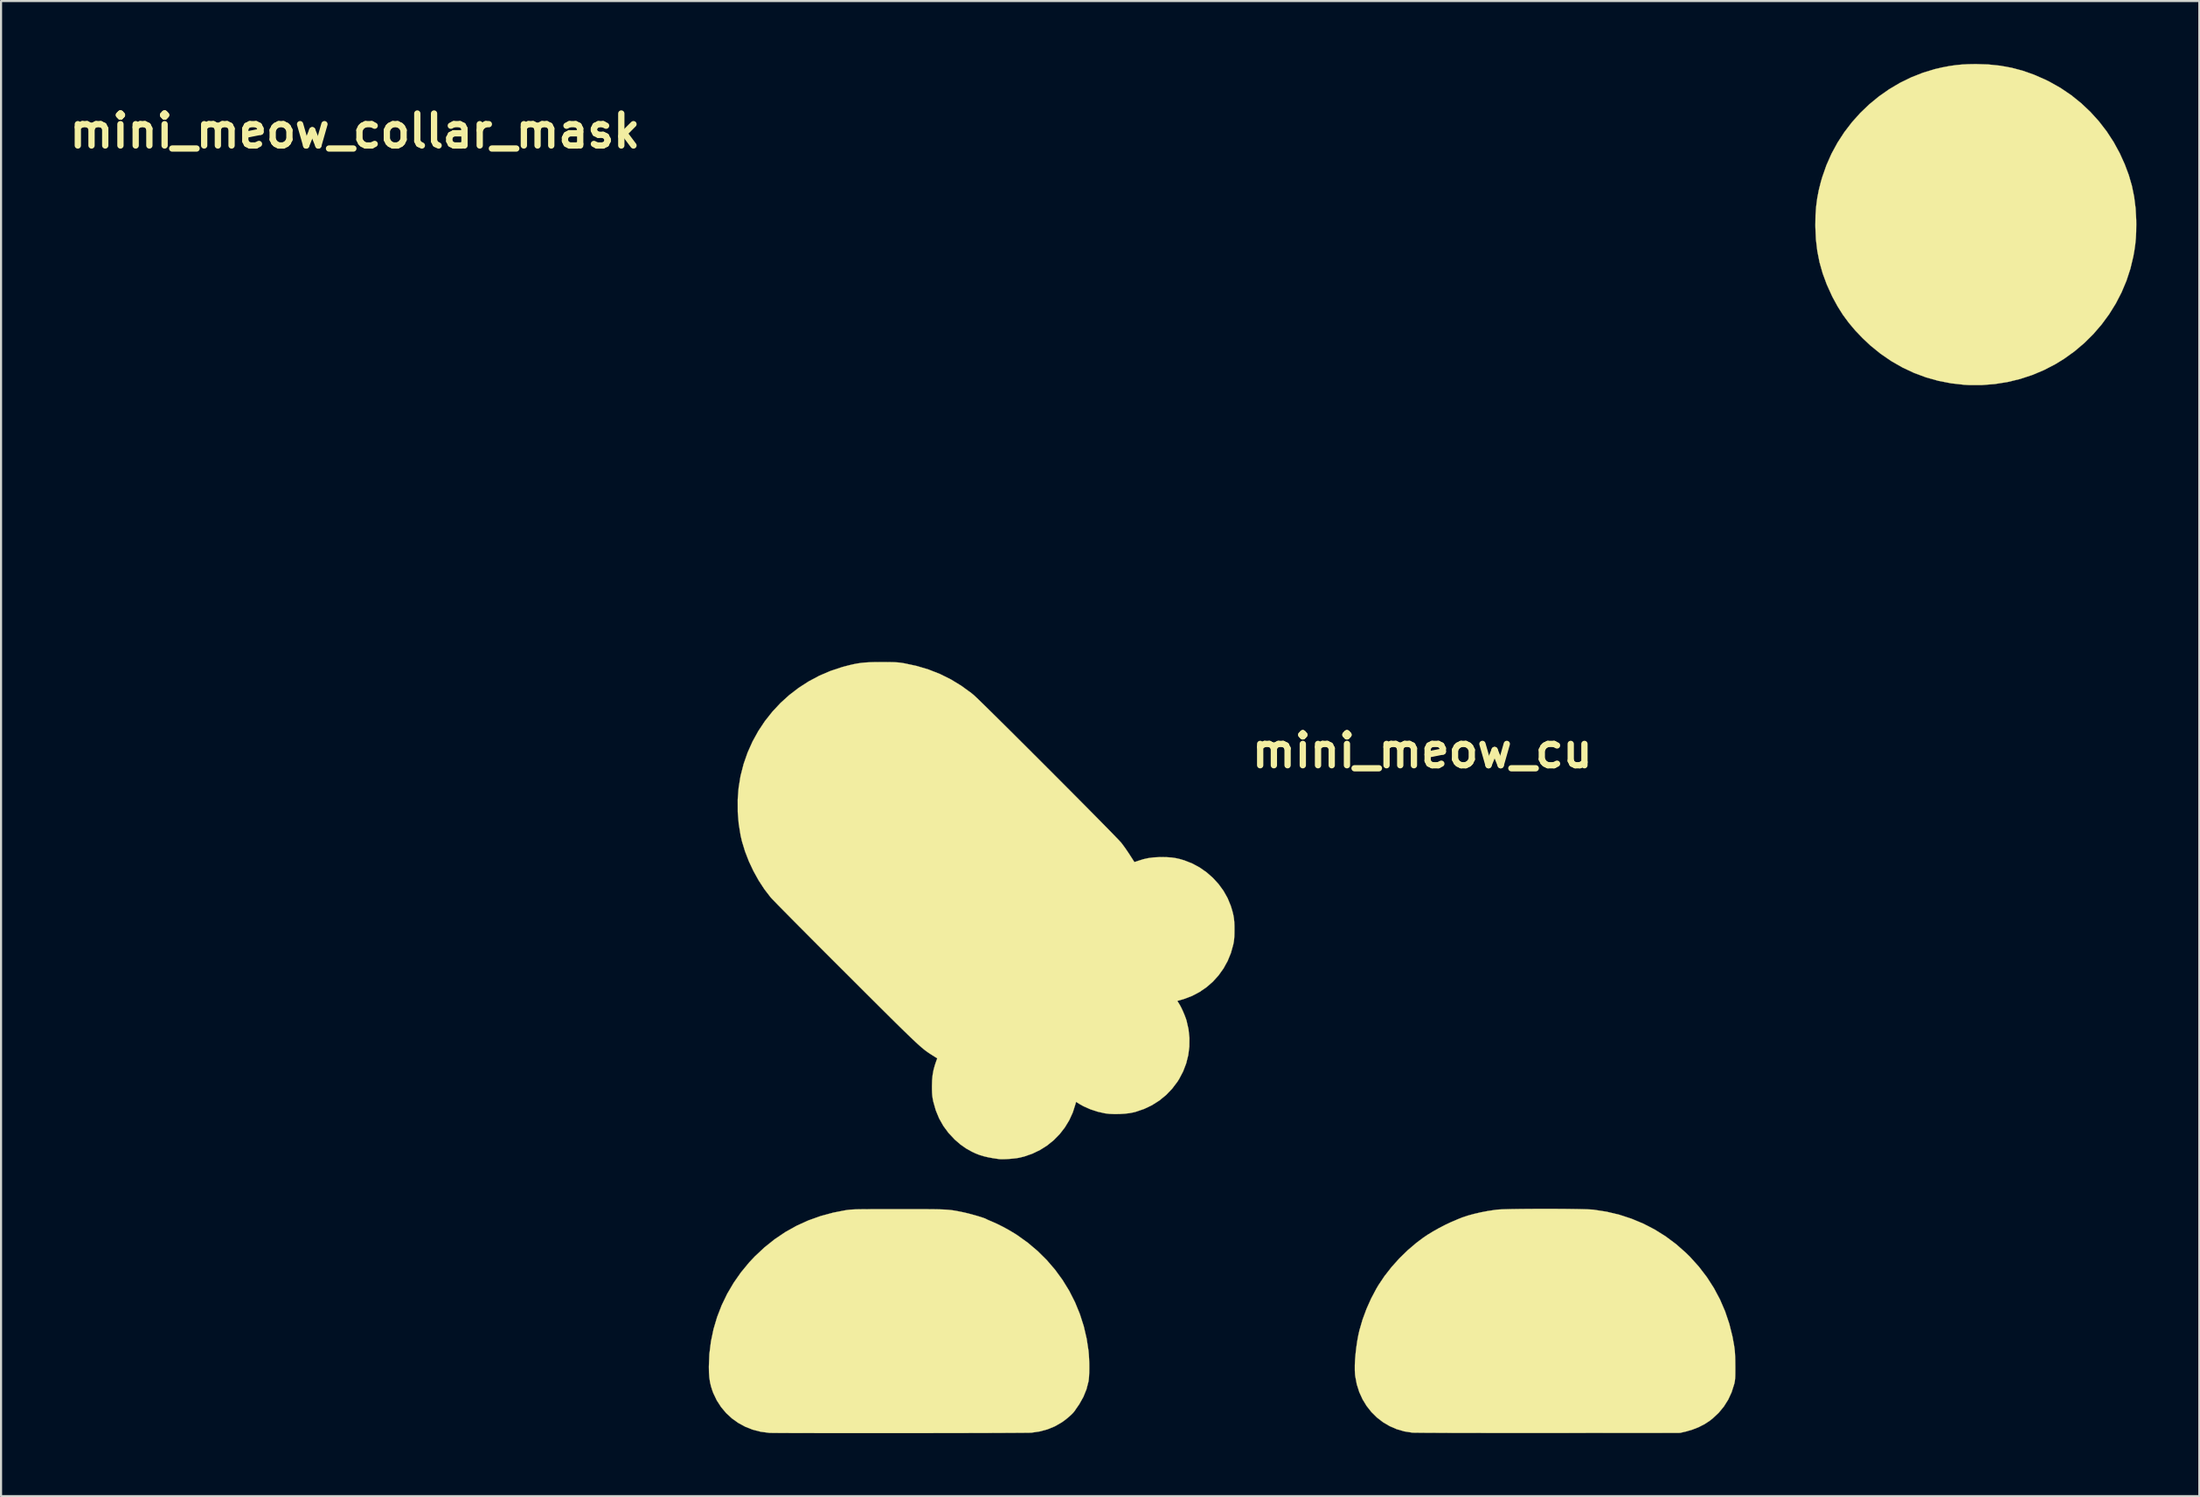
<source format=kicad_pcb>
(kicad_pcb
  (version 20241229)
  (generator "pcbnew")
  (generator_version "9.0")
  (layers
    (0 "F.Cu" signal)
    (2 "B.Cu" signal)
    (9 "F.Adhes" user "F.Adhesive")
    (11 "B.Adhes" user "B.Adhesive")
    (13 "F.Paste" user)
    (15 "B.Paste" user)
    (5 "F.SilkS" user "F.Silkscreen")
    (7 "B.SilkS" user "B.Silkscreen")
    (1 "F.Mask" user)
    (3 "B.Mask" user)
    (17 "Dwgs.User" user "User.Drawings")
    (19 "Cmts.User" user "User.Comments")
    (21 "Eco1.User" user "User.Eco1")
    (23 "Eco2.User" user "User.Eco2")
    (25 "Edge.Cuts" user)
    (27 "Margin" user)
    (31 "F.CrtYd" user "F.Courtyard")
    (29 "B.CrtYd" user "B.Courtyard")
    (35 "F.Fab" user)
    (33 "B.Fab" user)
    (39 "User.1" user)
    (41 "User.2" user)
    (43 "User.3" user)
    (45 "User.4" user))
  (footprint "mini_meow_collar_mask"
    (layer "F.Cu")
    (at 13.868 3.197)
    (property "Reference" "mini_meow_collar_mask" (at 0 0 0) (layer "F.SilkS") (effects (font (size 1.524 1.524) (thickness 0.3))))
    (attr through_hole)
    (fp_poly (pts (xy 0.603 -3.144) (xy 0.914 -3.073) (xy 1.068 -3.022) (xy 1.247 -2.947) (xy 1.439 -2.856) (xy 1.626 -2.756) (xy 1.797 -2.655) (xy 1.919 -2.572) (xy 2.076 -2.444) (xy 2.241 -2.29) (xy 2.402 -2.123) (xy 2.547 -1.956) (xy 2.664 -1.803) (xy 2.674 -1.786) (xy 2.88 -1.432) (xy 3.037 -1.062) (xy 3.147 -0.678) (xy 3.208 -0.285) (xy 3.221 0.115) (xy 3.184 0.519) (xy 3.099 0.914) (xy 3.047 1.069) (xy 2.971 1.25) (xy 2.88 1.442) (xy 2.78 1.63) (xy 2.678 1.8) (xy 2.593 1.923) (xy 2.466 2.078) (xy 2.313 2.241) (xy 2.148 2.401) (xy 1.982 2.546) (xy 1.83 2.662) (xy 1.808 2.677) (xy 1.653 2.771) (xy 1.473 2.867) (xy 1.284 2.957) (xy 1.101 3.034) (xy 0.94 3.091) (xy 0.914 3.098) (xy 0.675 3.154) (xy 0.414 3.194) (xy 0.149 3.218) (xy -0.103 3.224) (xy -0.327 3.211) (xy -0.343 3.209) (xy -0.747 3.133) (xy -1.132 3.011) (xy -1.495 2.844) (xy -1.835 2.633) (xy -2.149 2.378) (xy -2.29 2.241) (xy -2.471 2.042) (xy -2.621 1.848) (xy -2.752 1.642) (xy -2.876 1.406) (xy -2.895 1.367) (xy -3.041 1.001) (xy -3.141 0.622) (xy -3.192 0.236) (xy -3.195 -0.153) (xy -3.151 -0.54) (xy -3.059 -0.921) (xy -2.919 -1.289) (xy -2.895 -1.342) (xy -2.77 -1.584) (xy -2.641 -1.793) (xy -2.495 -1.988) (xy -2.319 -2.185) (xy -2.29 -2.216) (xy -1.991 -2.489) (xy -1.668 -2.719) (xy -1.323 -2.905) (xy -0.96 -3.047) (xy -0.583 -3.142) (xy -0.194 -3.191) (xy 0.202 -3.192) (xy 0.603 -3.144)) (stroke (width 0.01) (type solid)) (fill yes) (layer "F.Mask")))
  (footprint "mini_meow_cu"
    (layer "F.Cu")
    (at 64.753 32.746)
    (property "Reference" "mini_meow_cu" (at 0 0 0) (layer "F.SilkS") (effects (font (size 1.524 1.524) (thickness 0.3))))
    (attr through_hole)
    (fp_poly (pts (xy 26.982 -32.722) (xy 27.546 -32.664) (xy 28.09 -32.565) (xy 28.623 -32.424) (xy 29.151 -32.238) (xy 29.682 -32.006) (xy 29.909 -31.894) (xy 30.433 -31.598) (xy 30.933 -31.259) (xy 31.405 -30.879) (xy 31.846 -30.463) (xy 32.254 -30.013) (xy 32.626 -29.531) (xy 32.958 -29.022) (xy 33.248 -28.489) (xy 33.486 -27.964) (xy 33.679 -27.448) (xy 33.828 -26.933) (xy 33.935 -26.409) (xy 34.003 -25.868) (xy 34.034 -25.302) (xy 34.036 -25.095) (xy 34.031 -24.755) (xy 34.016 -24.448) (xy 33.989 -24.156) (xy 33.947 -23.862) (xy 33.895 -23.57) (xy 33.755 -22.984) (xy 33.568 -22.412) (xy 33.335 -21.858) (xy 33.059 -21.324) (xy 32.741 -20.812) (xy 32.384 -20.326) (xy 31.989 -19.868) (xy 31.558 -19.441) (xy 31.094 -19.048) (xy 30.598 -18.691) (xy 30.189 -18.439) (xy 29.645 -18.156) (xy 29.08 -17.918) (xy 28.498 -17.727) (xy 27.901 -17.582) (xy 27.294 -17.486) (xy 26.679 -17.437) (xy 26.059 -17.438) (xy 25.827 -17.451) (xy 25.207 -17.521) (xy 24.601 -17.639) (xy 24.012 -17.804) (xy 23.441 -18.016) (xy 22.889 -18.275) (xy 22.358 -18.579) (xy 21.849 -18.928) (xy 21.365 -19.32) (xy 20.991 -19.671) (xy 20.638 -20.041) (xy 20.328 -20.41) (xy 20.05 -20.787) (xy 19.8 -21.184) (xy 19.567 -21.611) (xy 19.521 -21.704) (xy 19.281 -22.234) (xy 19.087 -22.76) (xy 18.937 -23.289) (xy 18.83 -23.829) (xy 18.764 -24.388) (xy 18.738 -24.972) (xy 18.737 -25.082) (xy 18.745 -25.528) (xy 18.774 -25.941) (xy 18.825 -26.336) (xy 18.9 -26.729) (xy 19.002 -27.134) (xy 19.065 -27.348) (xy 19.264 -27.918) (xy 19.507 -28.467) (xy 19.793 -28.993) (xy 20.118 -29.494) (xy 20.481 -29.967) (xy 20.879 -30.411) (xy 21.309 -30.823) (xy 21.77 -31.201) (xy 22.258 -31.543) (xy 22.771 -31.846) (xy 23.307 -32.108) (xy 23.863 -32.327) (xy 24.437 -32.502) (xy 24.816 -32.589) (xy 25.133 -32.648) (xy 25.43 -32.69) (xy 25.724 -32.719) (xy 26.034 -32.735) (xy 26.375 -32.741) (xy 26.391 -32.741) (xy 26.982 -32.722)) (stroke (width 0.01) (type solid)) (fill yes) (layer "F.SilkS"))
    (fp_poly (pts (xy 6.265 21.841) (xy 6.576 21.843) (xy 6.875 21.845) (xy 7.157 21.849) (xy 7.417 21.853) (xy 7.649 21.858) (xy 7.849 21.864) (xy 8.011 21.871) (xy 8.129 21.878) (xy 8.166 21.882) (xy 8.787 21.978) (xy 9.391 22.122) (xy 9.976 22.313) (xy 10.541 22.549) (xy 11.084 22.83) (xy 11.604 23.156) (xy 12.097 23.524) (xy 12.563 23.935) (xy 12.768 24.137) (xy 13.19 24.606) (xy 13.568 25.1) (xy 13.901 25.619) (xy 14.19 26.161) (xy 14.434 26.727) (xy 14.632 27.315) (xy 14.785 27.926) (xy 14.864 28.359) (xy 14.883 28.491) (xy 14.897 28.618) (xy 14.907 28.75) (xy 14.914 28.897) (xy 14.918 29.072) (xy 14.92 29.283) (xy 14.921 29.35) (xy 14.921 29.552) (xy 14.92 29.711) (xy 14.917 29.836) (xy 14.912 29.935) (xy 14.904 30.015) (xy 14.893 30.087) (xy 14.878 30.156) (xy 14.867 30.202) (xy 14.745 30.586) (xy 14.581 30.94) (xy 14.376 31.266) (xy 14.128 31.566) (xy 13.836 31.839) (xy 13.703 31.944) (xy 13.464 32.101) (xy 13.188 32.243) (xy 12.89 32.362) (xy 12.583 32.454) (xy 12.535 32.465) (xy 12.281 32.523) (xy 6.02 32.527) (xy 5.456 32.527) (xy 4.904 32.527) (xy 4.366 32.527) (xy 3.845 32.527) (xy 3.342 32.527) (xy 2.86 32.526) (xy 2.4 32.525) (xy 1.967 32.525) (xy 1.561 32.524) (xy 1.184 32.523) (xy 0.841 32.521) (xy 0.531 32.52) (xy 0.258 32.519) (xy 0.025 32.517) (xy -0.168 32.515) (xy -0.316 32.514) (xy -0.419 32.512) (xy -0.474 32.51) (xy -0.478 32.51) (xy -0.857 32.451) (xy -1.218 32.347) (xy -1.558 32.199) (xy -1.875 32.012) (xy -2.165 31.788) (xy -2.426 31.529) (xy -2.655 31.239) (xy -2.849 30.92) (xy -3.006 30.575) (xy -3.123 30.207) (xy -3.196 29.819) (xy -3.205 29.744) (xy -3.217 29.539) (xy -3.217 29.296) (xy -3.204 29.025) (xy -3.179 28.736) (xy -3.145 28.44) (xy -3.102 28.146) (xy -3.05 27.866) (xy -2.997 27.631) (xy -2.85 27.126) (xy -2.662 26.616) (xy -2.439 26.116) (xy -2.187 25.641) (xy -2.094 25.484) (xy -1.803 25.049) (xy -1.468 24.62) (xy -1.098 24.207) (xy -0.7 23.818) (xy -0.281 23.461) (xy 0.051 23.212) (xy 0.275 23.062) (xy 0.532 22.907) (xy 0.806 22.753) (xy 1.081 22.61) (xy 1.342 22.487) (xy 1.448 22.441) (xy 1.544 22.401) (xy 1.632 22.363) (xy 1.689 22.338) (xy 1.913 22.248) (xy 2.178 22.161) (xy 2.474 22.08) (xy 2.792 22.007) (xy 3.122 21.944) (xy 3.453 21.894) (xy 3.556 21.881) (xy 3.653 21.873) (xy 3.795 21.866) (xy 3.977 21.86) (xy 4.195 21.854) (xy 4.443 21.85) (xy 4.715 21.846) (xy 5.007 21.844) (xy 5.313 21.842) (xy 5.628 21.841) (xy 5.947 21.841) (xy 6.265 21.841)) (stroke (width 0.01) (type solid)) (fill yes) (layer "F.SilkS"))
    (fp_poly (pts (xy -24.559 21.857) (xy -24.209 21.857) (xy -23.901 21.857) (xy -23.633 21.858) (xy -23.4 21.86) (xy -23.198 21.862) (xy -23.024 21.866) (xy -22.872 21.871) (xy -22.74 21.877) (xy -22.623 21.885) (xy -22.518 21.895) (xy -22.42 21.906) (xy -22.325 21.92) (xy -22.231 21.936) (xy -22.132 21.955) (xy -22.024 21.976) (xy -21.913 21.999) (xy -21.785 22.027) (xy -21.638 22.063) (xy -21.48 22.105) (xy -21.32 22.149) (xy -21.166 22.194) (xy -21.027 22.237) (xy -20.912 22.275) (xy -20.83 22.306) (xy -20.79 22.326) (xy -20.757 22.344) (xy -20.688 22.376) (xy -20.595 22.416) (xy -20.536 22.44) (xy -20.28 22.554) (xy -20.004 22.691) (xy -19.723 22.844) (xy -19.455 23.003) (xy -19.318 23.09) (xy -18.81 23.454) (xy -18.338 23.852) (xy -17.902 24.284) (xy -17.505 24.746) (xy -17.147 25.237) (xy -16.83 25.753) (xy -16.556 26.294) (xy -16.325 26.857) (xy -16.139 27.438) (xy -16 28.037) (xy -15.914 28.6) (xy -15.897 28.792) (xy -15.884 29.004) (xy -15.877 29.226) (xy -15.876 29.448) (xy -15.879 29.657) (xy -15.888 29.844) (xy -15.903 29.998) (xy -15.913 30.067) (xy -16.01 30.444) (xy -16.155 30.803) (xy -16.345 31.142) (xy -16.393 31.214) (xy -16.459 31.309) (xy -16.521 31.399) (xy -16.567 31.468) (xy -16.577 31.482) (xy -16.643 31.563) (xy -16.741 31.662) (xy -16.862 31.77) (xy -16.995 31.88) (xy -17.131 31.981) (xy -17.19 32.022) (xy -17.517 32.21) (xy -17.871 32.355) (xy -18.248 32.456) (xy -18.629 32.512) (xy -18.674 32.514) (xy -18.768 32.516) (xy -18.907 32.517) (xy -19.088 32.519) (xy -19.309 32.52) (xy -19.568 32.522) (xy -19.861 32.523) (xy -20.185 32.524) (xy -20.539 32.526) (xy -20.919 32.527) (xy -21.322 32.528) (xy -21.746 32.529) (xy -22.189 32.53) (xy -22.646 32.53) (xy -23.117 32.531) (xy -23.597 32.532) (xy -24.084 32.532) (xy -24.576 32.533) (xy -25.069 32.533) (xy -25.562 32.533) (xy -26.05 32.533) (xy -26.533 32.533) (xy -27.006 32.533) (xy -27.467 32.533) (xy -27.913 32.533) (xy -28.342 32.533) (xy -28.751 32.532) (xy -29.138 32.531) (xy -29.498 32.531) (xy -29.83 32.53) (xy -30.132 32.529) (xy -30.399 32.528) (xy -30.63 32.527) (xy -30.822 32.525) (xy -30.972 32.524) (xy -31.078 32.522) (xy -31.136 32.521) (xy -31.14 32.52) (xy -31.537 32.468) (xy -31.915 32.371) (xy -32.273 32.231) (xy -32.606 32.05) (xy -32.912 31.832) (xy -33.187 31.577) (xy -33.429 31.289) (xy -33.635 30.97) (xy -33.801 30.621) (xy -33.842 30.511) (xy -33.908 30.305) (xy -33.956 30.099) (xy -33.988 29.882) (xy -34.005 29.64) (xy -34.011 29.371) (xy -33.986 28.764) (xy -33.911 28.165) (xy -33.788 27.576) (xy -33.617 27) (xy -33.4 26.439) (xy -33.138 25.895) (xy -32.831 25.372) (xy -32.481 24.871) (xy -32.089 24.396) (xy -31.819 24.108) (xy -31.358 23.677) (xy -30.872 23.289) (xy -30.362 22.946) (xy -29.828 22.648) (xy -29.269 22.394) (xy -28.687 22.186) (xy -28.081 22.022) (xy -27.527 21.914) (xy -27.463 21.904) (xy -27.402 21.895) (xy -27.342 21.888) (xy -27.278 21.881) (xy -27.208 21.876) (xy -27.126 21.871) (xy -27.029 21.867) (xy -26.915 21.864) (xy -26.778 21.862) (xy -26.616 21.86) (xy -26.425 21.859) (xy -26.201 21.858) (xy -25.94 21.857) (xy -25.639 21.857) (xy -25.294 21.857) (xy -24.956 21.857) (xy -24.559 21.857)) (stroke (width 0.01) (type solid)) (fill yes) (layer "F.SilkS"))
    (fp_poly (pts (xy -25.556 -4.228) (xy -25.373 -4.226) (xy -25.224 -4.223) (xy -25.1 -4.218) (xy -24.995 -4.211) (xy -24.898 -4.201) (xy -24.802 -4.187) (xy -24.701 -4.171) (xy -24.107 -4.044) (xy -23.538 -3.874) (xy -22.994 -3.66) (xy -22.474 -3.402) (xy -21.975 -3.098) (xy -21.496 -2.749) (xy -21.403 -2.673) (xy -21.353 -2.629) (xy -21.271 -2.552) (xy -21.157 -2.443) (xy -21.015 -2.305) (xy -20.846 -2.14) (xy -20.653 -1.95) (xy -20.438 -1.738) (xy -20.203 -1.506) (xy -19.95 -1.255) (xy -19.681 -0.989) (xy -19.4 -0.709) (xy -19.107 -0.417) (xy -18.806 -0.117) (xy -18.498 0.191) (xy -18.185 0.503) (xy -17.871 0.818) (xy -17.556 1.133) (xy -17.244 1.446) (xy -16.936 1.755) (xy -16.635 2.058) (xy -16.343 2.352) (xy -16.062 2.635) (xy -15.794 2.906) (xy -15.542 3.161) (xy -15.308 3.398) (xy -15.094 3.616) (xy -14.901 3.812) (xy -14.734 3.984) (xy -14.593 4.13) (xy -14.481 4.247) (xy -14.4 4.333) (xy -14.352 4.386) (xy -14.346 4.394) (xy -14.259 4.509) (xy -14.157 4.65) (xy -14.053 4.802) (xy -13.957 4.946) (xy -13.945 4.966) (xy -13.871 5.08) (xy -13.808 5.178) (xy -13.76 5.253) (xy -13.732 5.296) (xy -13.727 5.304) (xy -13.702 5.3) (xy -13.641 5.282) (xy -13.557 5.254) (xy -13.54 5.247) (xy -13.299 5.171) (xy -13.058 5.118) (xy -12.803 5.085) (xy -12.519 5.071) (xy -12.421 5.07) (xy -12.173 5.075) (xy -11.96 5.089) (xy -11.764 5.117) (xy -11.571 5.16) (xy -11.363 5.221) (xy -11.331 5.232) (xy -10.961 5.378) (xy -10.611 5.568) (xy -10.283 5.797) (xy -9.982 6.062) (xy -9.712 6.357) (xy -9.478 6.678) (xy -9.284 7.022) (xy -9.134 7.384) (xy -9.11 7.458) (xy -9.052 7.653) (xy -9.01 7.823) (xy -8.982 7.985) (xy -8.964 8.154) (xy -8.956 8.345) (xy -8.955 8.534) (xy -8.957 8.721) (xy -8.962 8.87) (xy -8.972 8.994) (xy -8.987 9.107) (xy -9.009 9.222) (xy -9.012 9.238) (xy -9.124 9.641) (xy -9.28 10.022) (xy -9.477 10.379) (xy -9.712 10.708) (xy -9.982 11.007) (xy -10.285 11.272) (xy -10.618 11.5) (xy -10.977 11.689) (xy -11.361 11.835) (xy -11.449 11.861) (xy -11.683 11.928) (xy -11.617 12.025) (xy -11.552 12.133) (xy -11.478 12.275) (xy -11.403 12.437) (xy -11.333 12.604) (xy -11.274 12.76) (xy -11.24 12.864) (xy -11.146 13.277) (xy -11.102 13.691) (xy -11.106 14.103) (xy -11.157 14.509) (xy -11.256 14.906) (xy -11.402 15.288) (xy -11.594 15.653) (xy -11.673 15.778) (xy -11.927 16.114) (xy -12.215 16.414) (xy -12.536 16.676) (xy -12.886 16.898) (xy -13.264 17.078) (xy -13.666 17.215) (xy -13.749 17.237) (xy -13.946 17.276) (xy -14.177 17.303) (xy -14.426 17.319) (xy -14.676 17.322) (xy -14.912 17.312) (xy -15.117 17.288) (xy -15.125 17.287) (xy -15.478 17.208) (xy -15.822 17.095) (xy -16.142 16.954) (xy -16.338 16.845) (xy -16.508 16.74) (xy -16.535 16.847) (xy -16.66 17.24) (xy -16.829 17.612) (xy -17.039 17.958) (xy -17.286 18.276) (xy -17.568 18.564) (xy -17.881 18.818) (xy -18.223 19.034) (xy -18.59 19.211) (xy -18.979 19.346) (xy -19.223 19.405) (xy -19.344 19.425) (xy -19.493 19.442) (xy -19.655 19.457) (xy -19.82 19.468) (xy -19.972 19.473) (xy -20.099 19.473) (xy -20.18 19.467) (xy -20.465 19.425) (xy -20.709 19.38) (xy -20.921 19.329) (xy -21.113 19.27) (xy -21.292 19.2) (xy -21.466 19.119) (xy -21.755 18.957) (xy -22.018 18.772) (xy -22.273 18.552) (xy -22.296 18.531) (xy -22.586 18.221) (xy -22.831 17.889) (xy -23.033 17.531) (xy -23.192 17.147) (xy -23.309 16.735) (xy -23.321 16.68) (xy -23.344 16.557) (xy -23.36 16.437) (xy -23.37 16.306) (xy -23.375 16.149) (xy -23.376 16.002) (xy -23.368 15.715) (xy -23.344 15.461) (xy -23.301 15.224) (xy -23.236 14.987) (xy -23.195 14.865) (xy -23.124 14.665) (xy -23.329 14.535) (xy -23.398 14.491) (xy -23.463 14.45) (xy -23.526 14.408) (xy -23.588 14.365) (xy -23.651 14.32) (xy -23.717 14.27) (xy -23.787 14.214) (xy -23.864 14.15) (xy -23.948 14.077) (xy -24.043 13.992) (xy -24.148 13.896) (xy -24.267 13.784) (xy -24.4 13.657) (xy -24.55 13.513) (xy -24.718 13.349) (xy -24.907 13.165) (xy -25.117 12.958) (xy -25.35 12.727) (xy -25.608 12.471) (xy -25.894 12.187) (xy -26.207 11.875) (xy -26.552 11.532) (xy -26.928 11.156) (xy -27.337 10.747) (xy -27.466 10.619) (xy -27.816 10.269) (xy -28.159 9.927) (xy -28.492 9.594) (xy -28.813 9.272) (xy -29.121 8.963) (xy -29.413 8.669) (xy -29.688 8.393) (xy -29.944 8.135) (xy -30.178 7.898) (xy -30.39 7.683) (xy -30.577 7.494) (xy -30.737 7.331) (xy -30.868 7.196) (xy -30.969 7.092) (xy -31.037 7.02) (xy -31.068 6.985) (xy -31.362 6.603) (xy -31.636 6.184) (xy -31.884 5.736) (xy -32.103 5.271) (xy -32.286 4.797) (xy -32.43 4.326) (xy -32.497 4.038) (xy -32.588 3.476) (xy -32.634 2.907) (xy -32.636 2.337) (xy -32.593 1.774) (xy -32.505 1.227) (xy -32.498 1.192) (xy -32.353 0.628) (xy -32.163 0.083) (xy -31.929 -0.44) (xy -31.654 -0.939) (xy -31.34 -1.412) (xy -30.988 -1.857) (xy -30.602 -2.271) (xy -30.183 -2.652) (xy -29.733 -2.998) (xy -29.254 -3.307) (xy -28.75 -3.576) (xy -28.221 -3.803) (xy -27.67 -3.986) (xy -27.527 -4.025) (xy -27.306 -4.082) (xy -27.11 -4.127) (xy -26.929 -4.162) (xy -26.753 -4.188) (xy -26.572 -4.206) (xy -26.376 -4.218) (xy -26.153 -4.225) (xy -25.894 -4.228) (xy -25.781 -4.228) (xy -25.556 -4.228)) (stroke (width 0.01) (type solid)) (fill yes) (layer "F.SilkS")))
  (gr_rect
    (start -3 -3)
    (end 101.794 68.284)
    (stroke (width 0.1) (type default))
    (fill no)
    (layer "Edge.Cuts")))
</source>
